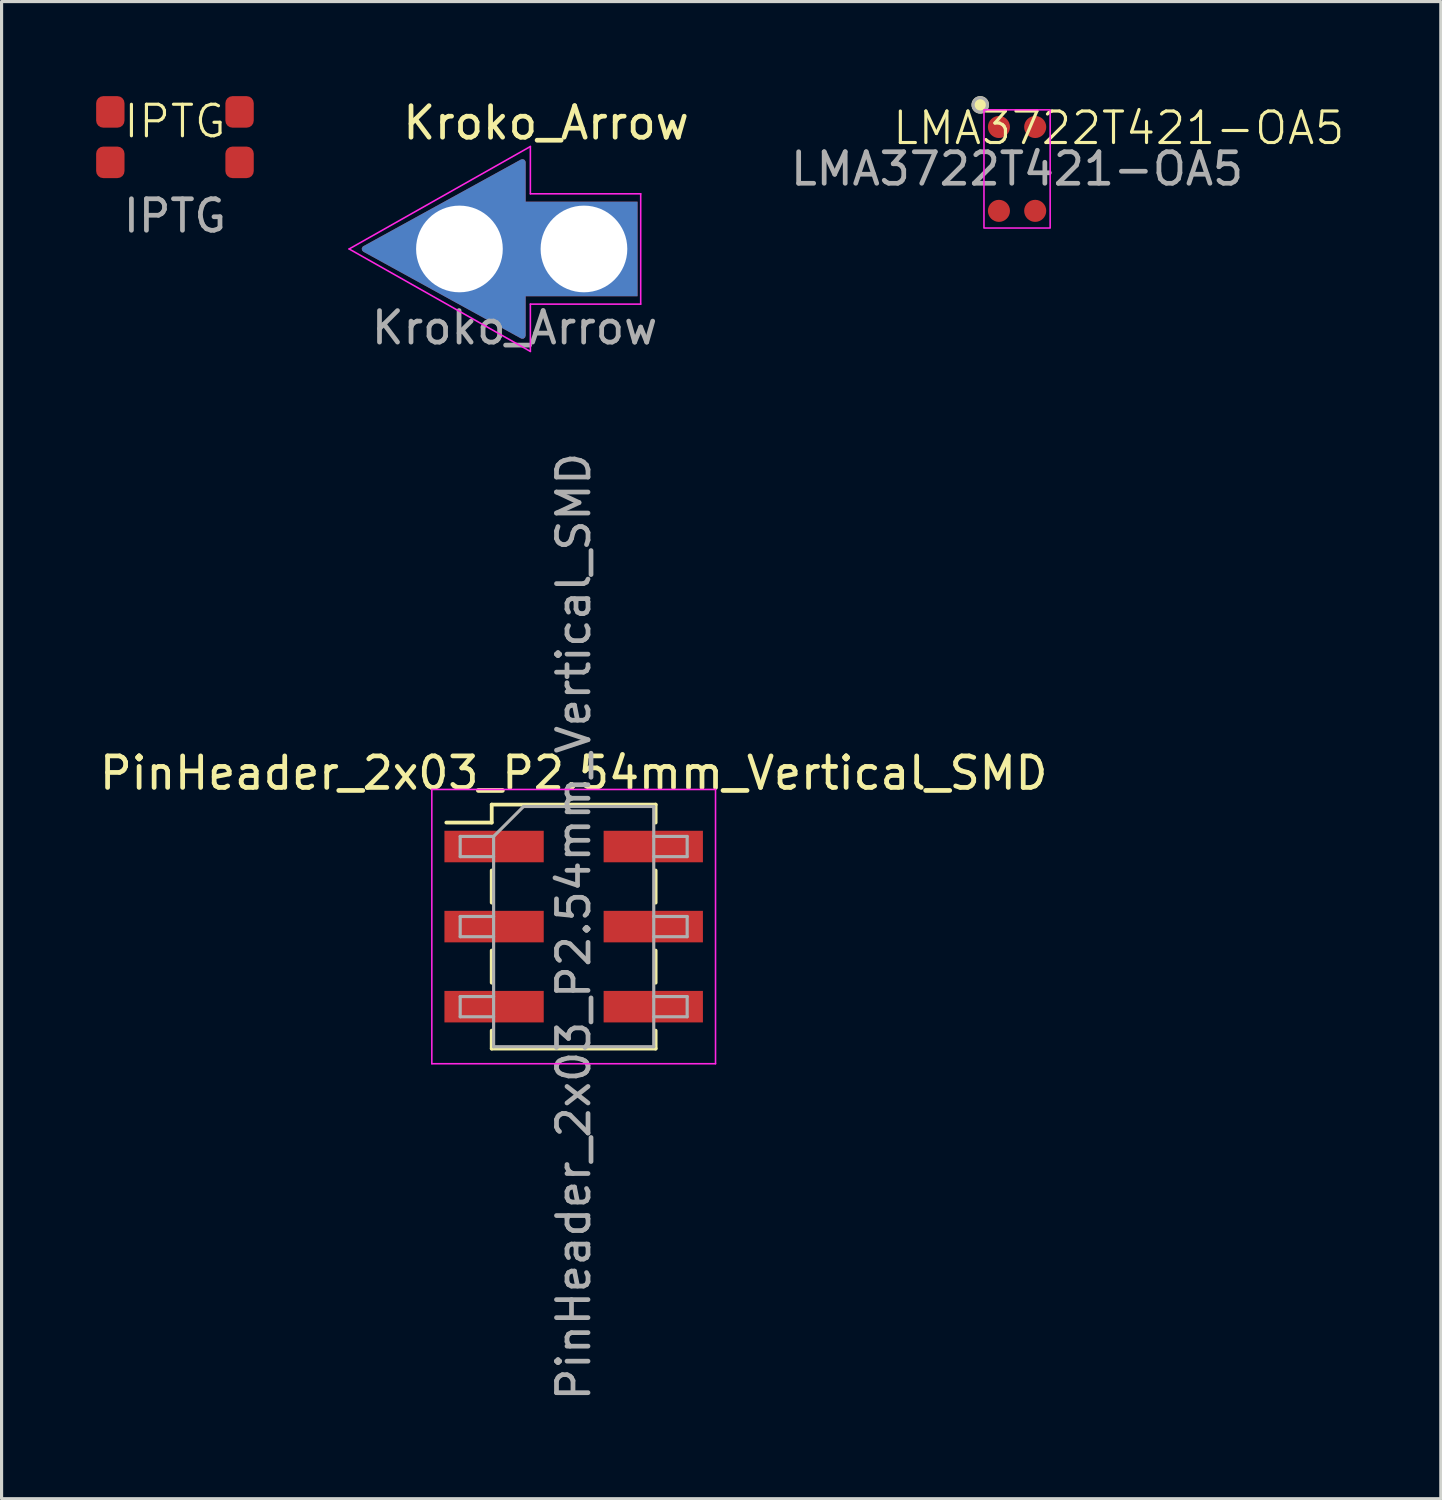
<source format=kicad_pcb>
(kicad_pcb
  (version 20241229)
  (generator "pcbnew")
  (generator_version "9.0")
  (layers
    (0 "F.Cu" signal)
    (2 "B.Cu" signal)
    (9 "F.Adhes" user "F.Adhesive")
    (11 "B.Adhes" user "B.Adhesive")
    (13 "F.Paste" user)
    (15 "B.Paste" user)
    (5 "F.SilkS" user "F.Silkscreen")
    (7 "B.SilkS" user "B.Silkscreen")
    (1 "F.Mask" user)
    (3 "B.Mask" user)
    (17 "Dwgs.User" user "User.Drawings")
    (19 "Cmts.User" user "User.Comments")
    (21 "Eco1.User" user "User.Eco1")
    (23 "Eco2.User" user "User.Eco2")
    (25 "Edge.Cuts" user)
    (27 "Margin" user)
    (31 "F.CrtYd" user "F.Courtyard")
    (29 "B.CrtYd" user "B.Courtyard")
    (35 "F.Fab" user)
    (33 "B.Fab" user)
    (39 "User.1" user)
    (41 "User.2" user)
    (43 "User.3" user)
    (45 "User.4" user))
  (footprint "LMA3722T421-OA5"
    (layer "F.Cu")
    (at 29.215 2.309)
    (property "Reference" "LMA3722T421-OA5" (at 3.226 -1.295 0) (unlocked yes) (layer "F.SilkS") (effects (font (size 1 1) (thickness 0.1))))
    (attr smd)
    (fp_circle (center -1.168 -2.032) (end -0.941 -2.032) (stroke (width 0.1) (type solid)) (fill yes) (layer "F.SilkS"))
    (fp_rect (start -1.05 -1.875) (end 1.05 1.875) (stroke (width 0.05) (type default)) (fill no) (layer "F.CrtYd"))
    (fp_circle (center -1.168 -2.032) (end -0.941 -2.032) (stroke (width 0.1) (type solid)) (fill no) (layer "F.Fab"))
    (fp_text user "${REFERENCE}" (at 0 0 0) (unlocked yes) (layer "F.Fab") (effects (font (size 1 1) (thickness 0.15))))
    (pad "1" smd circle (at -0.575 -1.33) (size 0.7 0.7) (layers "F.Cu" "F.Mask" "F.Paste"))
    (pad "2" smd circle (at 0.575 -1.33) (size 0.7 0.7) (layers "F.Cu" "F.Mask" "F.Paste"))
    (pad "3" smd circle (at 0.575 1.33) (size 0.7 0.7) (layers "F.Cu" "F.Mask" "F.Paste"))
    (pad "4" smd circle (at -0.575 1.33) (size 0.7 0.7) (layers "F.Cu" "F.Mask" "F.Paste")))
  (footprint "PinHeader_2x03_P2.54mm_Vertical_SMD"
    (layer "F.Cu")
    (at 15.149 26.345)
    (property "Reference" "PinHeader_2x03_P2.54mm_Vertical_SMD" (at 0 -4.87 0) (layer "F.SilkS") (effects (font (size 1 1) (thickness 0.15))))
    (attr smd)
    (fp_line (start -4.04 -3.3) (end -2.6 -3.3) (stroke (width 0.12) (type solid)) (layer "F.SilkS"))
    (fp_line (start -2.6 -3.87) (end -2.6 -3.3) (stroke (width 0.12) (type solid)) (layer "F.SilkS"))
    (fp_line (start -2.6 -3.87) (end 2.6 -3.87) (stroke (width 0.12) (type solid)) (layer "F.SilkS"))
    (fp_line (start -2.6 -1.78) (end -2.6 -0.76) (stroke (width 0.12) (type solid)) (layer "F.SilkS"))
    (fp_line (start -2.6 0.76) (end -2.6 1.78) (stroke (width 0.12) (type solid)) (layer "F.SilkS"))
    (fp_line (start -2.6 3.3) (end -2.6 3.87) (stroke (width 0.12) (type solid)) (layer "F.SilkS"))
    (fp_line (start -2.6 3.87) (end 2.6 3.87) (stroke (width 0.12) (type solid)) (layer "F.SilkS"))
    (fp_line (start 2.6 -3.87) (end 2.6 -3.3) (stroke (width 0.12) (type solid)) (layer "F.SilkS"))
    (fp_line (start 2.6 -1.78) (end 2.6 -0.76) (stroke (width 0.12) (type solid)) (layer "F.SilkS"))
    (fp_line (start 2.6 0.76) (end 2.6 1.78) (stroke (width 0.12) (type solid)) (layer "F.SilkS"))
    (fp_line (start 2.6 3.3) (end 2.6 3.87) (stroke (width 0.12) (type solid)) (layer "F.SilkS"))
    (fp_line (start -4.5 -4.35) (end -4.5 4.35) (stroke (width 0.05) (type solid)) (layer "F.CrtYd"))
    (fp_line (start -4.5 4.35) (end 4.5 4.35) (stroke (width 0.05) (type solid)) (layer "F.CrtYd"))
    (fp_line (start 4.5 -4.35) (end -4.5 -4.35) (stroke (width 0.05) (type solid)) (layer "F.CrtYd"))
    (fp_line (start 4.5 4.35) (end 4.5 -4.35) (stroke (width 0.05) (type solid)) (layer "F.CrtYd"))
    (fp_line (start -3.6 -2.86) (end -3.6 -2.22) (stroke (width 0.1) (type solid)) (layer "F.Fab"))
    (fp_line (start -3.6 -2.22) (end -2.54 -2.22) (stroke (width 0.1) (type solid)) (layer "F.Fab"))
    (fp_line (start -3.6 -0.32) (end -3.6 0.32) (stroke (width 0.1) (type solid)) (layer "F.Fab"))
    (fp_line (start -3.6 0.32) (end -2.54 0.32) (stroke (width 0.1) (type solid)) (layer "F.Fab"))
    (fp_line (start -3.6 2.22) (end -3.6 2.86) (stroke (width 0.1) (type solid)) (layer "F.Fab"))
    (fp_line (start -3.6 2.86) (end -2.54 2.86) (stroke (width 0.1) (type solid)) (layer "F.Fab"))
    (fp_line (start -2.54 -2.86) (end -3.6 -2.86) (stroke (width 0.1) (type solid)) (layer "F.Fab"))
    (fp_line (start -2.54 -2.86) (end -1.59 -3.81) (stroke (width 0.1) (type solid)) (layer "F.Fab"))
    (fp_line (start -2.54 -0.32) (end -3.6 -0.32) (stroke (width 0.1) (type solid)) (layer "F.Fab"))
    (fp_line (start -2.54 2.22) (end -3.6 2.22) (stroke (width 0.1) (type solid)) (layer "F.Fab"))
    (fp_line (start -2.54 3.81) (end -2.54 -2.86) (stroke (width 0.1) (type solid)) (layer "F.Fab"))
    (fp_line (start -1.59 -3.81) (end 2.54 -3.81) (stroke (width 0.1) (type solid)) (layer "F.Fab"))
    (fp_line (start 2.54 -3.81) (end 2.54 3.81) (stroke (width 0.1) (type solid)) (layer "F.Fab"))
    (fp_line (start 2.54 -2.86) (end 3.6 -2.86) (stroke (width 0.1) (type solid)) (layer "F.Fab"))
    (fp_line (start 2.54 -0.32) (end 3.6 -0.32) (stroke (width 0.1) (type solid)) (layer "F.Fab"))
    (fp_line (start 2.54 2.22) (end 3.6 2.22) (stroke (width 0.1) (type solid)) (layer "F.Fab"))
    (fp_line (start 2.54 3.81) (end -2.54 3.81) (stroke (width 0.1) (type solid)) (layer "F.Fab"))
    (fp_line (start 3.6 -2.86) (end 3.6 -2.22) (stroke (width 0.1) (type solid)) (layer "F.Fab"))
    (fp_line (start 3.6 -2.22) (end 2.54 -2.22) (stroke (width 0.1) (type solid)) (layer "F.Fab"))
    (fp_line (start 3.6 -0.32) (end 3.6 0.32) (stroke (width 0.1) (type solid)) (layer "F.Fab"))
    (fp_line (start 3.6 0.32) (end 2.54 0.32) (stroke (width 0.1) (type solid)) (layer "F.Fab"))
    (fp_line (start 3.6 2.22) (end 3.6 2.86) (stroke (width 0.1) (type solid)) (layer "F.Fab"))
    (fp_line (start 3.6 2.86) (end 2.54 2.86) (stroke (width 0.1) (type solid)) (layer "F.Fab"))
    (fp_text user "${REFERENCE}" (at 0 0 90) (layer "F.Fab") (effects (font (size 1 1) (thickness 0.15))))
    (pad "1" smd rect (at -2.525 -2.54) (size 3.15 1) (layers "F.Cu" "F.Mask" "F.Paste"))
    (pad "2" smd rect (at 2.525 -2.54) (size 3.15 1) (layers "F.Cu" "F.Mask" "F.Paste"))
    (pad "3" smd rect (at -2.525 0) (size 3.15 1) (layers "F.Cu" "F.Mask" "F.Paste"))
    (pad "4" smd rect (at 2.525 0) (size 3.15 1) (layers "F.Cu" "F.Mask" "F.Paste"))
    (pad "5" smd rect (at -2.525 2.54) (size 3.15 1) (layers "F.Cu" "F.Mask" "F.Paste"))
    (pad "6" smd rect (at 2.525 2.54) (size 3.15 1) (layers "F.Cu" "F.Mask" "F.Paste")))
  (footprint "Kroko_Arrow"
    (layer "F.Cu")
    (at 13.275 4.848)
    (property "Reference" "Kroko_Arrow" (at 1 -4 0) (unlocked yes) (layer "F.SilkS") (effects (font (size 1 1) (thickness 0.15))))
    (attr through_hole exclude_from_pos_files exclude_from_bom)
    (fp_line (start -5.25 0) (end 0.5 3.25) (stroke (width 0.05) (type default)) (layer "F.CrtYd"))
    (fp_line (start 0.5 -3.25) (end -5.25 0) (stroke (width 0.05) (type default)) (layer "F.CrtYd"))
    (fp_line (start 0.5 -1.75) (end 0.5 -3.25) (stroke (width 0.05) (type default)) (layer "F.CrtYd"))
    (fp_line (start 0.5 1.75) (end 4 1.75) (stroke (width 0.05) (type default)) (layer "F.CrtYd"))
    (fp_line (start 0.5 3.25) (end 0.5 1.75) (stroke (width 0.05) (type default)) (layer "F.CrtYd"))
    (fp_line (start 4 -1.75) (end 0.5 -1.75) (stroke (width 0.05) (type default)) (layer "F.CrtYd"))
    (fp_line (start 4 1.75) (end 4 -1.75) (stroke (width 0.05) (type default)) (layer "F.CrtYd"))
    (fp_text user "${REFERENCE}" (at 0 2.5 0) (unlocked yes) (layer "F.Fab") (effects (font (size 1 1) (thickness 0.15))))
    (pad "1" thru_hole custom (at -1.75 0) (size 3 3) (drill 2.75) (layers "*.Cu" "*.Mask") (options (anchor circle)) (primitives (gr_poly (pts (xy -3 0) (xy 2 -2.75) (xy 2 2.75)) (width 0.2) (fill yes))))
    (pad "1" thru_hole rect (at 2.2 0) (size 3.7 3) (drill 2.75 (offset -0.15 0)) (layers "*.Cu" "*.Mask")))
  (footprint "IPTG"
    (layer "F.Cu")
    (at 2.5 1.3)
    (property "Reference" "IPTG" (at 0 -0.5 0) (unlocked yes) (layer "F.SilkS") (effects (font (size 1 1) (thickness 0.1))))
    (attr smd)
    (fp_text user "${REFERENCE}" (at 0 2.5 0) (unlocked yes) (layer "F.Fab") (effects (font (size 1 1) (thickness 0.15))))
    (pad "1" smd roundrect (at -2.05 -0.8) (size 0.9 1) (layers "F.Cu" "F.Mask" "F.Paste") (roundrect_rratio 0.25))
    (pad "1" smd roundrect (at -2.05 0.8) (size 0.9 1) (layers "F.Cu" "F.Mask" "F.Paste") (roundrect_rratio 0.25))
    (pad "1" smd roundrect (at 2.05 -0.8) (size 0.9 1) (layers "F.Cu" "F.Mask" "F.Paste") (roundrect_rratio 0.25))
    (pad "1" smd roundrect (at 2.05 0.8) (size 0.9 1) (layers "F.Cu" "F.Mask" "F.Paste") (roundrect_rratio 0.25)))
  (gr_rect
    (start -3 -3)
    (end 42.658 44.494)
    (stroke (width 0.1) (type default))
    (fill no)
    (layer "Edge.Cuts")))
</source>
